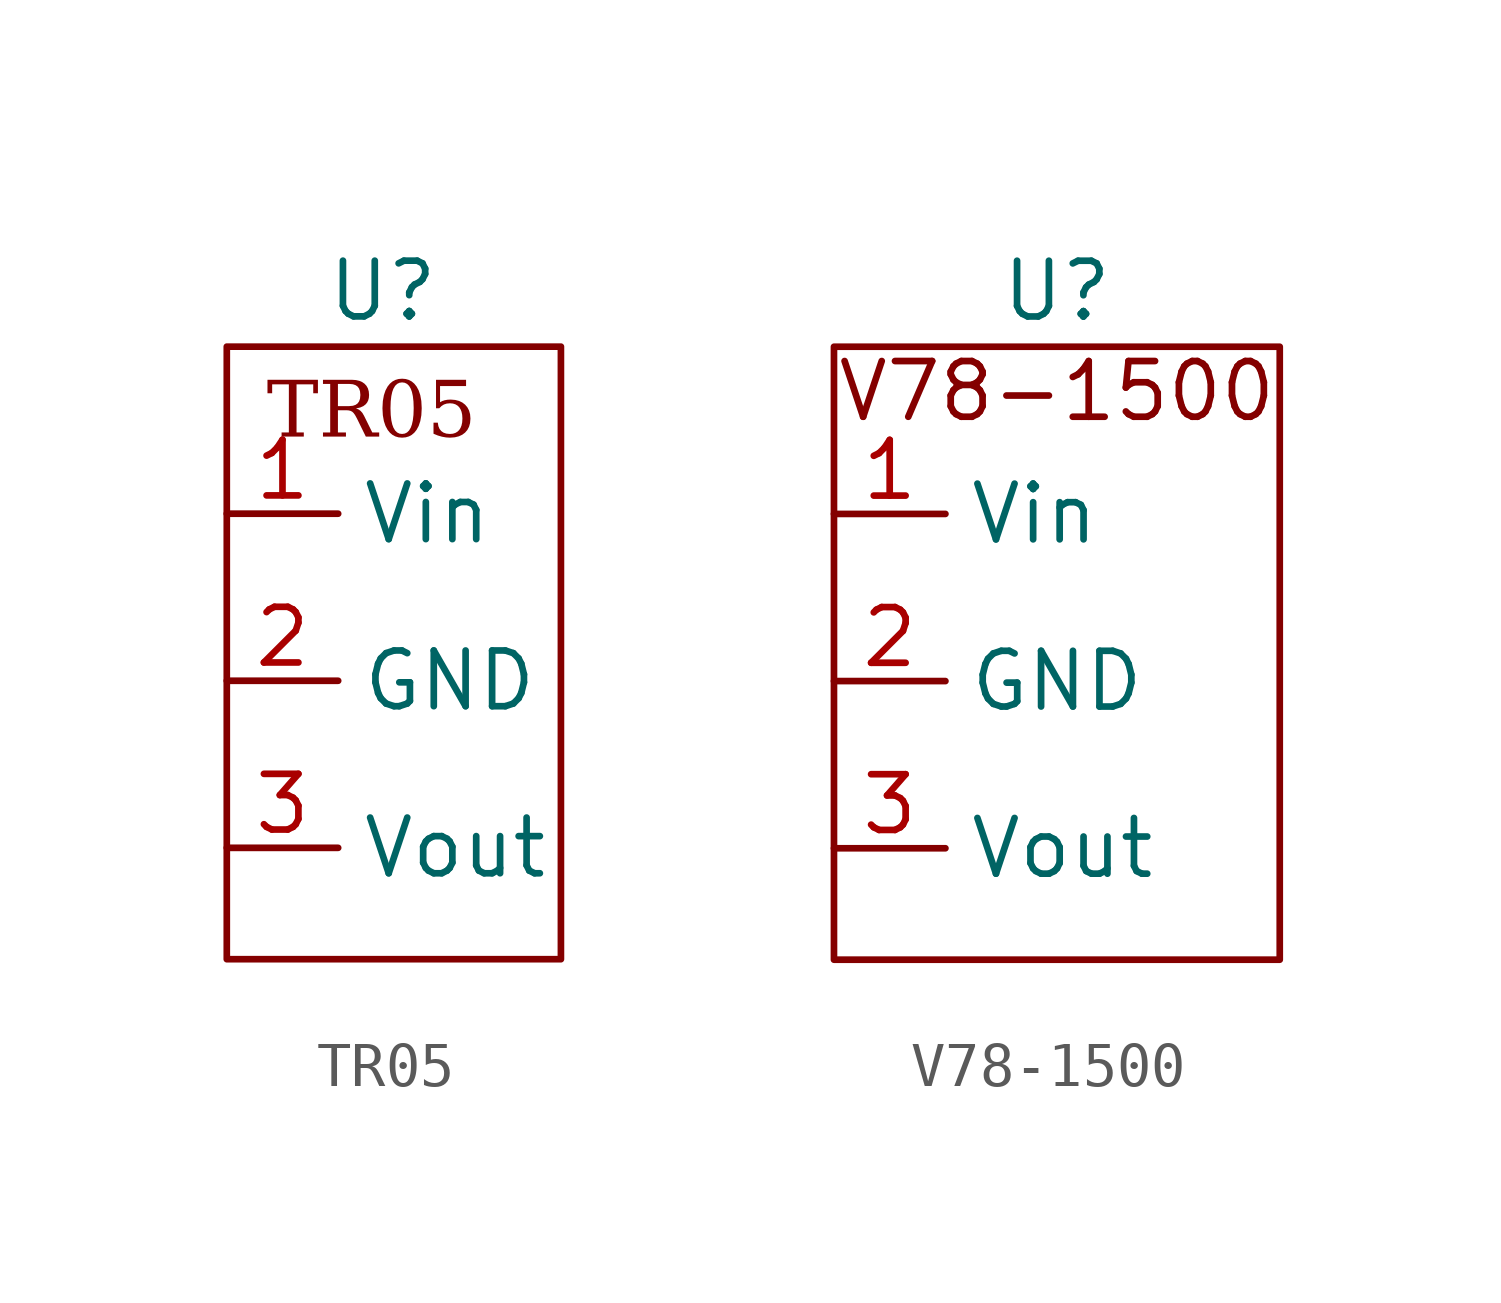
<source format=kicad_sym>
(kicad_symbol_lib
  (version 20231120)
  (generator "kicad_symbol_editor")
  (generator_version "8.0")
  (symbol "TR05"
    (property "Reference" "U"
      (at 1.016 2.54 0)
      (effects (font (size 1.27 1.27))))
    (property "Value" ""
      (at 0 0 0)
      (effects (font (size 1.27 1.27))))
    (symbol "TR05_0_1"
      (rectangle (start -2.54 1.27) (end 5.08 -12.7) (stroke (width 0) (type default)) (fill (type none))))
    (symbol "TR05_1_1"
      (text "TR05" (at 0.762 -0.254 0) (effects (font (face "Times New Roman") (size 1.27 1.27))))
      (pin power_in line (at -2.54 -2.54 0) (length 2.54) (name "Vin" (effects (font (size 1.27 1.27)))) (number "1" (effects (font (size 1.27 1.27)))))
      (pin power_in line (at -2.54 -6.35 0) (length 2.54) (name "GND" (effects (font (size 1.27 1.27)))) (number "2" (effects (font (size 1.27 1.27)))))
      (pin power_out line (at -2.54 -10.16 0) (length 2.54) (name "Vout" (effects (font (size 1.27 1.27)))) (number "3" (effects (font (size 1.27 1.27)))))))
  (symbol "V78-1500"
    (property "Reference" "U"
      (at 0 2.54 0)
      (effects (font (size 1.27 1.27))))
    (property "Value" ""
      (at 0 0 0)
      (effects (font (size 1.27 1.27))))
    (symbol "V78-1500_0_1"
      (rectangle (start -5.08 1.27) (end 5.08 -12.7) (stroke (width 0) (type default)) (fill (type none))))
    (symbol "V78-1500_1_1"
      (text "V78-1500" (at 0 0.254 0) (effects (font (size 1.27 1.27))))
      (pin power_in line (at -5.08 -2.54 0) (length 2.54) (name "Vin" (effects (font (size 1.27 1.27)))) (number "1" (effects (font (size 1.27 1.27)))))
      (pin power_in line (at -5.08 -6.35 0) (length 2.54) (name "GND" (effects (font (size 1.27 1.27)))) (number "2" (effects (font (size 1.27 1.27)))))
      (pin power_out line (at -5.08 -10.16 0) (length 2.54) (name "Vout" (effects (font (size 1.27 1.27)))) (number "3" (effects (font (size 1.27 1.27))))))))
</source>
